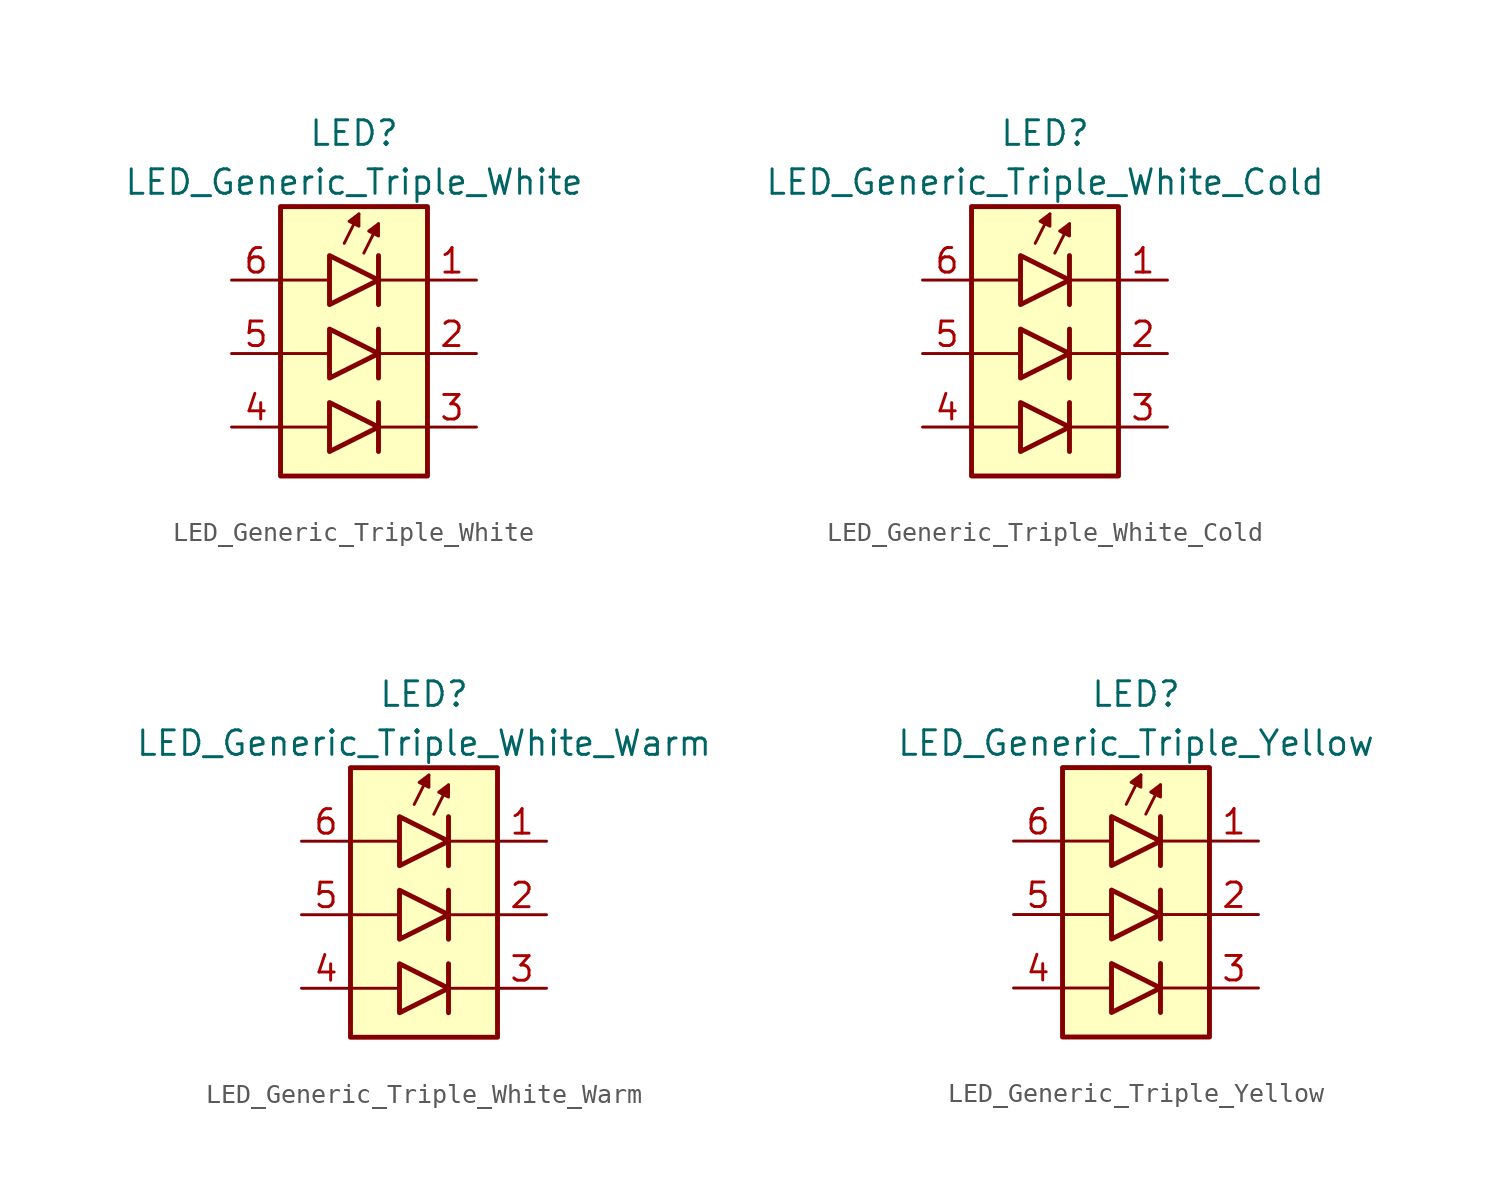
<source format=kicad_sym>
(kicad_symbol_lib
  (version 20231120)
  (generator "kicad_symbol_editor")
  (generator_version "8.0")
  (symbol "LED_Generic_Triple_White"
    (pin_names
      (offset 1.016) hide)
    (property "Reference" "LED"
      (at 0 7.62 0)
      (effects (font (size 1.27 1.27))))
    (property "Value" "LED_Generic_Triple_White"
      (at 0 5.08 0)
      (effects (font (size 1.27 1.27))))
    (symbol "LED_Generic_Triple_White_0_1"
      (polyline (pts (xy -3.81 -7.62) (xy -1.27 -7.62)) (stroke (width 0) (type default)) (fill (type none)))
      (polyline (pts (xy -3.81 -3.81) (xy -1.27 -3.81)) (stroke (width 0) (type default)) (fill (type none)))
      (polyline (pts (xy -1.27 0) (xy -3.81 0)) (stroke (width 0) (type default)) (fill (type none)))
      (polyline (pts (xy -0.508 1.905) (xy 0.254 3.429)) (stroke (width 0.152) (type default)) (fill (type none)))
      (polyline (pts (xy 0.508 1.397) (xy 1.27 2.921)) (stroke (width 0.152) (type default)) (fill (type none)))
      (polyline (pts (xy 1.27 -7.62) (xy 3.81 -7.62)) (stroke (width 0) (type default)) (fill (type none)))
      (polyline (pts (xy 1.27 -6.35) (xy 1.27 -8.89)) (stroke (width 0.254) (type default)) (fill (type none)))
      (polyline (pts (xy 1.27 -2.54) (xy 1.27 -5.08)) (stroke (width 0.254) (type default)) (fill (type none)))
      (polyline (pts (xy 1.27 1.27) (xy 1.27 -1.27)) (stroke (width 0.254) (type default)) (fill (type none)))
      (polyline (pts (xy 3.81 -3.81) (xy 1.27 -3.81)) (stroke (width 0) (type default)) (fill (type none)))
      (polyline (pts (xy 3.81 0) (xy 1.27 0)) (stroke (width 0) (type default)) (fill (type none)))
      (polyline (pts (xy -1.27 -6.35) (xy -1.27 -8.89) (xy 1.27 -7.62) (xy -1.27 -6.35)) (stroke (width 0.254) (type default)) (fill (type color) (color 255 255 255 1)))
      (polyline (pts (xy -1.27 -2.54) (xy -1.27 -5.08) (xy 1.27 -3.81) (xy -1.27 -2.54)) (stroke (width 0.254) (type default)) (fill (type color) (color 255 255 255 1)))
      (polyline (pts (xy -1.27 1.27) (xy -1.27 -1.27) (xy 1.27 0) (xy -1.27 1.27)) (stroke (width 0.254) (type default)) (fill (type color) (color 255 255 255 1)))
      (polyline (pts (xy 0.254 2.794) (xy -0.254 3.048) (xy 0.254 3.429) (xy 0.254 2.794)) (stroke (width 0) (type solid)) (fill (type outline)))
      (polyline (pts (xy 1.27 2.286) (xy 0.762 2.54) (xy 1.27 2.921) (xy 1.27 2.286)) (stroke (width 0.152) (type default)) (fill (type outline))))
    (symbol "LED_Generic_Triple_White_1_1"
      (rectangle (start -3.81 3.81) (end 3.81 -10.16) (stroke (width 0.254) (type default)) (fill (type background)))
      (pin passive line (at 6.35 0 180) (length 2.54) (name "K1" (effects (font (size 1.27 1.27)))) (number "1" (effects (font (size 1.27 1.27)))))
      (pin passive line (at 6.35 -3.81 180) (length 2.54) (name "K2" (effects (font (size 1.27 1.27)))) (number "2" (effects (font (size 1.27 1.27)))))
      (pin passive line (at 6.35 -7.62 180) (length 2.54) (name "K3" (effects (font (size 1.27 1.27)))) (number "3" (effects (font (size 1.27 1.27)))))
      (pin passive line (at -6.35 -7.62 0) (length 2.54) (name "A3" (effects (font (size 1.27 1.27)))) (number "4" (effects (font (size 1.27 1.27)))))
      (pin passive line (at -6.35 -3.81 0) (length 2.54) (name "A2" (effects (font (size 1.27 1.27)))) (number "5" (effects (font (size 1.27 1.27)))))
      (pin passive line (at -6.35 0 0) (length 2.54) (name "A1" (effects (font (size 1.27 1.27)))) (number "6" (effects (font (size 1.27 1.27)))))))
  (symbol "LED_Generic_Triple_White_Cold"
    (pin_names
      (offset 1.016) hide)
    (property "Reference" "LED"
      (at 0 7.62 0)
      (effects (font (size 1.27 1.27))))
    (property "Value" "LED_Generic_Triple_White_Cold"
      (at 0 5.08 0)
      (effects (font (size 1.27 1.27))))
    (symbol "LED_Generic_Triple_White_Cold_0_1"
      (polyline (pts (xy -3.81 -7.62) (xy -1.27 -7.62)) (stroke (width 0) (type default)) (fill (type none)))
      (polyline (pts (xy -3.81 -3.81) (xy -1.27 -3.81)) (stroke (width 0) (type default)) (fill (type none)))
      (polyline (pts (xy -1.27 0) (xy -3.81 0)) (stroke (width 0) (type default)) (fill (type none)))
      (polyline (pts (xy -0.508 1.905) (xy 0.254 3.429)) (stroke (width 0.152) (type default)) (fill (type none)))
      (polyline (pts (xy 0.508 1.397) (xy 1.27 2.921)) (stroke (width 0.152) (type default)) (fill (type none)))
      (polyline (pts (xy 1.27 -7.62) (xy 3.81 -7.62)) (stroke (width 0) (type default)) (fill (type none)))
      (polyline (pts (xy 1.27 -6.35) (xy 1.27 -8.89)) (stroke (width 0.254) (type default)) (fill (type none)))
      (polyline (pts (xy 1.27 -2.54) (xy 1.27 -5.08)) (stroke (width 0.254) (type default)) (fill (type none)))
      (polyline (pts (xy 1.27 1.27) (xy 1.27 -1.27)) (stroke (width 0.254) (type default)) (fill (type none)))
      (polyline (pts (xy 3.81 -3.81) (xy 1.27 -3.81)) (stroke (width 0) (type default)) (fill (type none)))
      (polyline (pts (xy 3.81 0) (xy 1.27 0)) (stroke (width 0) (type default)) (fill (type none)))
      (polyline (pts (xy -1.27 -6.35) (xy -1.27 -8.89) (xy 1.27 -7.62) (xy -1.27 -6.35)) (stroke (width 0.254) (type default)) (fill (type color) (color 220 235 255 1)))
      (polyline (pts (xy -1.27 -2.54) (xy -1.27 -5.08) (xy 1.27 -3.81) (xy -1.27 -2.54)) (stroke (width 0.254) (type default)) (fill (type color) (color 220 235 255 1)))
      (polyline (pts (xy -1.27 1.27) (xy -1.27 -1.27) (xy 1.27 0) (xy -1.27 1.27)) (stroke (width 0.254) (type default)) (fill (type color) (color 220 235 255 1)))
      (polyline (pts (xy 0.254 2.794) (xy -0.254 3.048) (xy 0.254 3.429) (xy 0.254 2.794)) (stroke (width 0) (type solid)) (fill (type outline)))
      (polyline (pts (xy 1.27 2.286) (xy 0.762 2.54) (xy 1.27 2.921) (xy 1.27 2.286)) (stroke (width 0.152) (type default)) (fill (type outline))))
    (symbol "LED_Generic_Triple_White_Cold_1_1"
      (rectangle (start -3.81 3.81) (end 3.81 -10.16) (stroke (width 0.254) (type default)) (fill (type background)))
      (pin passive line (at 6.35 0 180) (length 2.54) (name "K1" (effects (font (size 1.27 1.27)))) (number "1" (effects (font (size 1.27 1.27)))))
      (pin passive line (at 6.35 -3.81 180) (length 2.54) (name "K2" (effects (font (size 1.27 1.27)))) (number "2" (effects (font (size 1.27 1.27)))))
      (pin passive line (at 6.35 -7.62 180) (length 2.54) (name "K3" (effects (font (size 1.27 1.27)))) (number "3" (effects (font (size 1.27 1.27)))))
      (pin passive line (at -6.35 -7.62 0) (length 2.54) (name "A3" (effects (font (size 1.27 1.27)))) (number "4" (effects (font (size 1.27 1.27)))))
      (pin passive line (at -6.35 -3.81 0) (length 2.54) (name "A2" (effects (font (size 1.27 1.27)))) (number "5" (effects (font (size 1.27 1.27)))))
      (pin passive line (at -6.35 0 0) (length 2.54) (name "A1" (effects (font (size 1.27 1.27)))) (number "6" (effects (font (size 1.27 1.27)))))))
  (symbol "LED_Generic_Triple_White_Warm"
    (pin_names
      (offset 1.016) hide)
    (property "Reference" "LED"
      (at 0 7.62 0)
      (effects (font (size 1.27 1.27))))
    (property "Value" "LED_Generic_Triple_White_Warm"
      (at 0 5.08 0)
      (effects (font (size 1.27 1.27))))
    (symbol "LED_Generic_Triple_White_Warm_0_1"
      (polyline (pts (xy -3.81 -7.62) (xy -1.27 -7.62)) (stroke (width 0) (type default)) (fill (type none)))
      (polyline (pts (xy -3.81 -3.81) (xy -1.27 -3.81)) (stroke (width 0) (type default)) (fill (type none)))
      (polyline (pts (xy -1.27 0) (xy -3.81 0)) (stroke (width 0) (type default)) (fill (type none)))
      (polyline (pts (xy -0.508 1.905) (xy 0.254 3.429)) (stroke (width 0.152) (type default)) (fill (type none)))
      (polyline (pts (xy 0.508 1.397) (xy 1.27 2.921)) (stroke (width 0.152) (type default)) (fill (type none)))
      (polyline (pts (xy 1.27 -7.62) (xy 3.81 -7.62)) (stroke (width 0) (type default)) (fill (type none)))
      (polyline (pts (xy 1.27 -6.35) (xy 1.27 -8.89)) (stroke (width 0.254) (type default)) (fill (type none)))
      (polyline (pts (xy 1.27 -2.54) (xy 1.27 -5.08)) (stroke (width 0.254) (type default)) (fill (type none)))
      (polyline (pts (xy 1.27 1.27) (xy 1.27 -1.27)) (stroke (width 0.254) (type default)) (fill (type none)))
      (polyline (pts (xy 3.81 -3.81) (xy 1.27 -3.81)) (stroke (width 0) (type default)) (fill (type none)))
      (polyline (pts (xy 3.81 0) (xy 1.27 0)) (stroke (width 0) (type default)) (fill (type none)))
      (polyline (pts (xy -1.27 -6.35) (xy -1.27 -8.89) (xy 1.27 -7.62) (xy -1.27 -6.35)) (stroke (width 0.254) (type default)) (fill (type color) (color 255 255 220 1)))
      (polyline (pts (xy -1.27 -2.54) (xy -1.27 -5.08) (xy 1.27 -3.81) (xy -1.27 -2.54)) (stroke (width 0.254) (type default)) (fill (type color) (color 255 255 220 1)))
      (polyline (pts (xy -1.27 1.27) (xy -1.27 -1.27) (xy 1.27 0) (xy -1.27 1.27)) (stroke (width 0.254) (type default)) (fill (type color) (color 255 255 220 1)))
      (polyline (pts (xy 0.254 2.794) (xy -0.254 3.048) (xy 0.254 3.429) (xy 0.254 2.794)) (stroke (width 0) (type solid)) (fill (type outline)))
      (polyline (pts (xy 1.27 2.286) (xy 0.762 2.54) (xy 1.27 2.921) (xy 1.27 2.286)) (stroke (width 0.152) (type default)) (fill (type outline))))
    (symbol "LED_Generic_Triple_White_Warm_1_1"
      (rectangle (start -3.81 3.81) (end 3.81 -10.16) (stroke (width 0.254) (type default)) (fill (type background)))
      (pin passive line (at 6.35 0 180) (length 2.54) (name "K1" (effects (font (size 1.27 1.27)))) (number "1" (effects (font (size 1.27 1.27)))))
      (pin passive line (at 6.35 -3.81 180) (length 2.54) (name "K2" (effects (font (size 1.27 1.27)))) (number "2" (effects (font (size 1.27 1.27)))))
      (pin passive line (at 6.35 -7.62 180) (length 2.54) (name "K3" (effects (font (size 1.27 1.27)))) (number "3" (effects (font (size 1.27 1.27)))))
      (pin passive line (at -6.35 -7.62 0) (length 2.54) (name "A3" (effects (font (size 1.27 1.27)))) (number "4" (effects (font (size 1.27 1.27)))))
      (pin passive line (at -6.35 -3.81 0) (length 2.54) (name "A2" (effects (font (size 1.27 1.27)))) (number "5" (effects (font (size 1.27 1.27)))))
      (pin passive line (at -6.35 0 0) (length 2.54) (name "A1" (effects (font (size 1.27 1.27)))) (number "6" (effects (font (size 1.27 1.27)))))))
  (symbol "LED_Generic_Triple_Yellow"
    (pin_names
      (offset 1.016) hide)
    (property "Reference" "LED"
      (at 0 7.62 0)
      (effects (font (size 1.27 1.27))))
    (property "Value" "LED_Generic_Triple_Yellow"
      (at 0 5.08 0)
      (effects (font (size 1.27 1.27))))
    (symbol "LED_Generic_Triple_Yellow_0_1"
      (polyline (pts (xy -3.81 -7.62) (xy -1.27 -7.62)) (stroke (width 0) (type default)) (fill (type none)))
      (polyline (pts (xy -3.81 -3.81) (xy -1.27 -3.81)) (stroke (width 0) (type default)) (fill (type none)))
      (polyline (pts (xy -1.27 0) (xy -3.81 0)) (stroke (width 0) (type default)) (fill (type none)))
      (polyline (pts (xy -0.508 1.905) (xy 0.254 3.429)) (stroke (width 0.152) (type default)) (fill (type none)))
      (polyline (pts (xy 0.508 1.397) (xy 1.27 2.921)) (stroke (width 0.152) (type default)) (fill (type none)))
      (polyline (pts (xy 1.27 -7.62) (xy 3.81 -7.62)) (stroke (width 0) (type default)) (fill (type none)))
      (polyline (pts (xy 1.27 -6.35) (xy 1.27 -8.89)) (stroke (width 0.254) (type default)) (fill (type none)))
      (polyline (pts (xy 1.27 -2.54) (xy 1.27 -5.08)) (stroke (width 0.254) (type default)) (fill (type none)))
      (polyline (pts (xy 1.27 1.27) (xy 1.27 -1.27)) (stroke (width 0.254) (type default)) (fill (type none)))
      (polyline (pts (xy 3.81 -3.81) (xy 1.27 -3.81)) (stroke (width 0) (type default)) (fill (type none)))
      (polyline (pts (xy 3.81 0) (xy 1.27 0)) (stroke (width 0) (type default)) (fill (type none)))
      (polyline (pts (xy -1.27 -6.35) (xy -1.27 -8.89) (xy 1.27 -7.62) (xy -1.27 -6.35)) (stroke (width 0.254) (type default)) (fill (type color) (color 255 245 45 1)))
      (polyline (pts (xy -1.27 -2.54) (xy -1.27 -5.08) (xy 1.27 -3.81) (xy -1.27 -2.54)) (stroke (width 0.254) (type default)) (fill (type color) (color 255 245 45 1)))
      (polyline (pts (xy -1.27 1.27) (xy -1.27 -1.27) (xy 1.27 0) (xy -1.27 1.27)) (stroke (width 0.254) (type default)) (fill (type color) (color 255 245 45 1)))
      (polyline (pts (xy 0.254 2.794) (xy -0.254 3.048) (xy 0.254 3.429) (xy 0.254 2.794)) (stroke (width 0) (type solid)) (fill (type outline)))
      (polyline (pts (xy 1.27 2.286) (xy 0.762 2.54) (xy 1.27 2.921) (xy 1.27 2.286)) (stroke (width 0.152) (type default)) (fill (type outline))))
    (symbol "LED_Generic_Triple_Yellow_1_1"
      (rectangle (start -3.81 3.81) (end 3.81 -10.16) (stroke (width 0.254) (type default)) (fill (type background)))
      (pin passive line (at 6.35 0 180) (length 2.54) (name "K1" (effects (font (size 1.27 1.27)))) (number "1" (effects (font (size 1.27 1.27)))))
      (pin passive line (at 6.35 -3.81 180) (length 2.54) (name "K2" (effects (font (size 1.27 1.27)))) (number "2" (effects (font (size 1.27 1.27)))))
      (pin passive line (at 6.35 -7.62 180) (length 2.54) (name "K3" (effects (font (size 1.27 1.27)))) (number "3" (effects (font (size 1.27 1.27)))))
      (pin passive line (at -6.35 -7.62 0) (length 2.54) (name "A3" (effects (font (size 1.27 1.27)))) (number "4" (effects (font (size 1.27 1.27)))))
      (pin passive line (at -6.35 -3.81 0) (length 2.54) (name "A2" (effects (font (size 1.27 1.27)))) (number "5" (effects (font (size 1.27 1.27)))))
      (pin passive line (at -6.35 0 0) (length 2.54) (name "A1" (effects (font (size 1.27 1.27)))) (number "6" (effects (font (size 1.27 1.27))))))))
</source>
